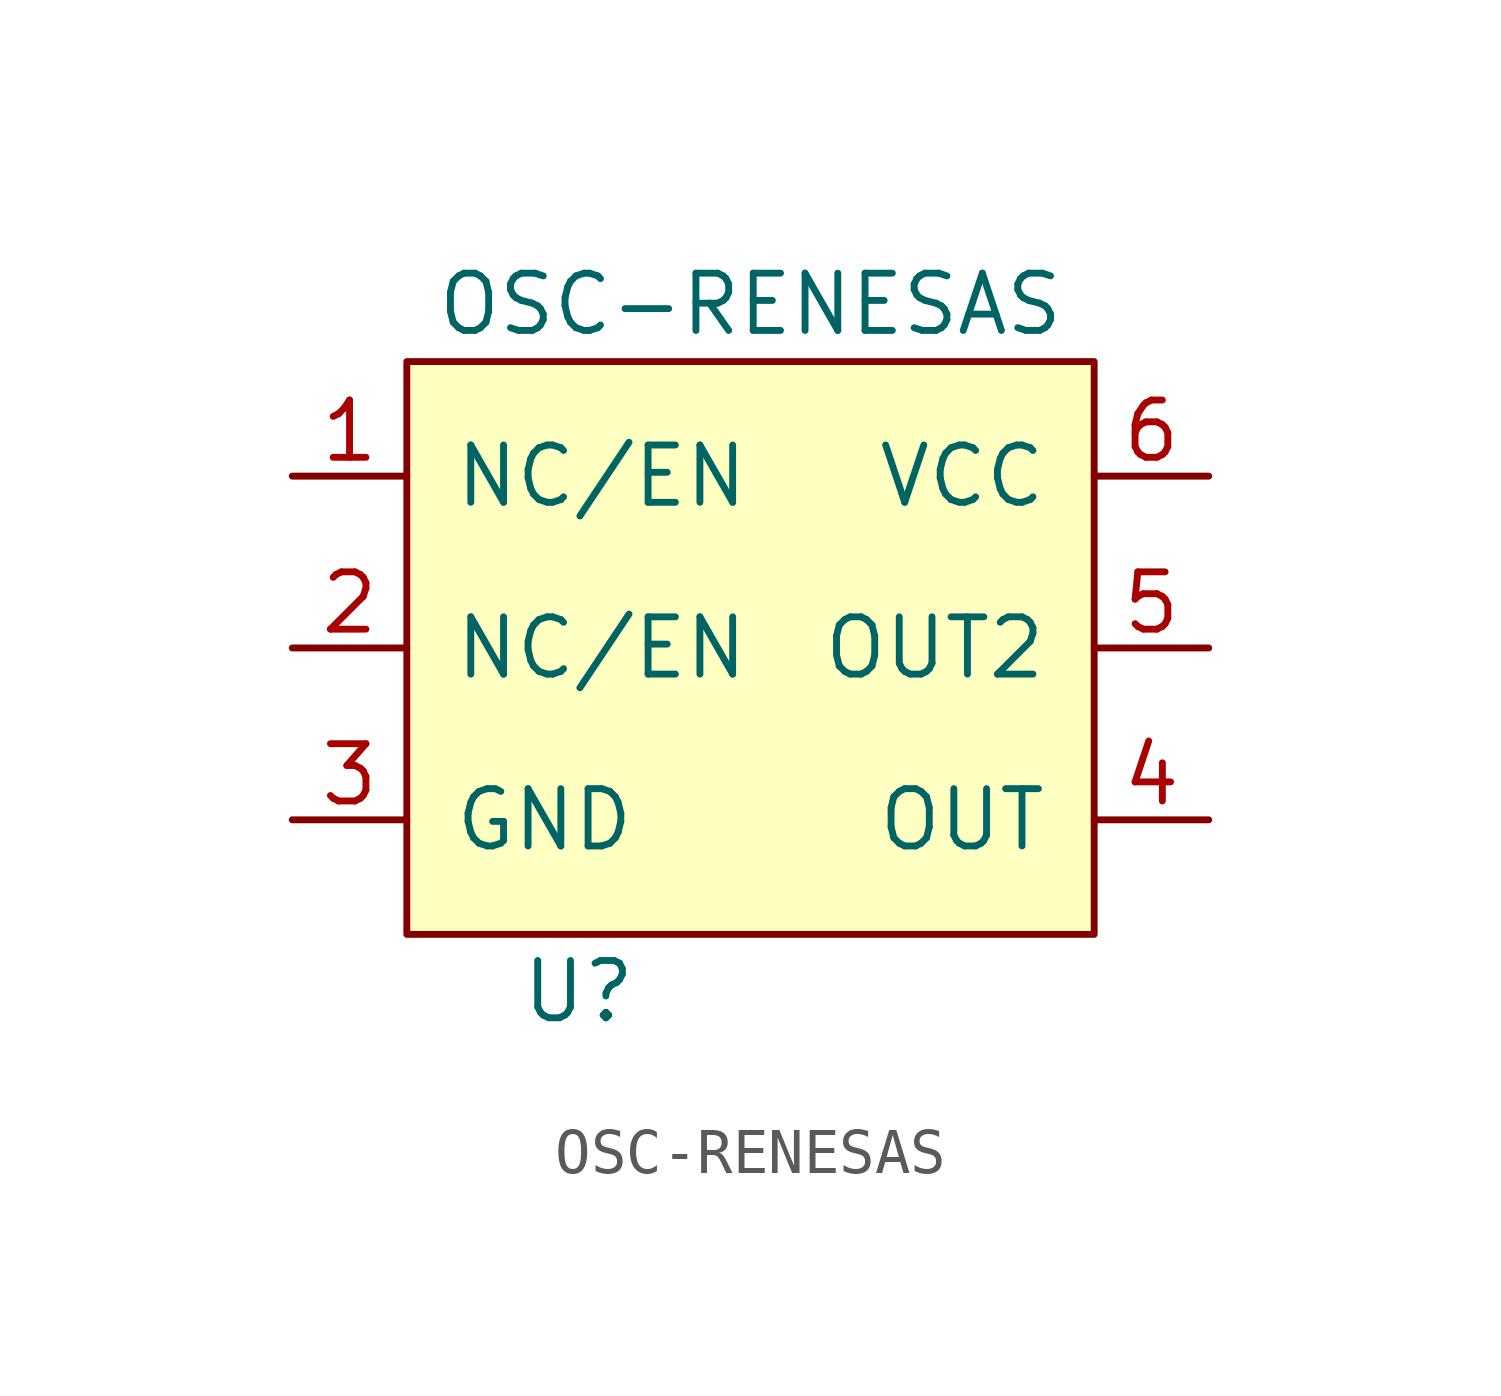
<source format=kicad_sym>
(kicad_symbol_lib
  (version 20241209)
  (generator "kicad_symbol_editor")
  (generator_version "9.0")
  (symbol "OSC-RENESAS"
    (pin_names
      (offset 1.016))
    (property "Reference" "U"
      (at 0 0 0)
      (effects (font (size 1.27 1.27))))
    (property "Value" "OSC-RENESAS"
      (at 3.81 15.24 0)
      (effects (font (size 1.27 1.27))))
    (symbol "OSC-RENESAS_0_1"
      (rectangle (start -3.81 13.97) (end 11.43 1.27) (stroke (width 0) (type solid)) (fill (type background))))
    (symbol "OSC-RENESAS_1_1"
      (pin input line (at -6.35 11.43 0) (length 2.54) (name "NC/EN" (effects (font (size 1.27 1.27)))) (number "1" (effects (font (size 1.27 1.27)))))
      (pin input line (at -6.35 7.62 0) (length 2.54) (name "NC/EN" (effects (font (size 1.27 1.27)))) (number "2" (effects (font (size 1.27 1.27)))))
      (pin input line (at -6.35 3.81 0) (length 2.54) (name "GND" (effects (font (size 1.27 1.27)))) (number "3" (effects (font (size 1.27 1.27)))))
      (pin input line (at 13.97 11.43 180) (length 2.54) (name "VCC" (effects (font (size 1.27 1.27)))) (number "6" (effects (font (size 1.27 1.27)))))
      (pin input line (at 13.97 7.62 180) (length 2.54) (name "OUT2" (effects (font (size 1.27 1.27)))) (number "5" (effects (font (size 1.27 1.27)))))
      (pin input line (at 13.97 3.81 180) (length 2.54) (name "OUT" (effects (font (size 1.27 1.27)))) (number "4" (effects (font (size 1.27 1.27))))))))
</source>
